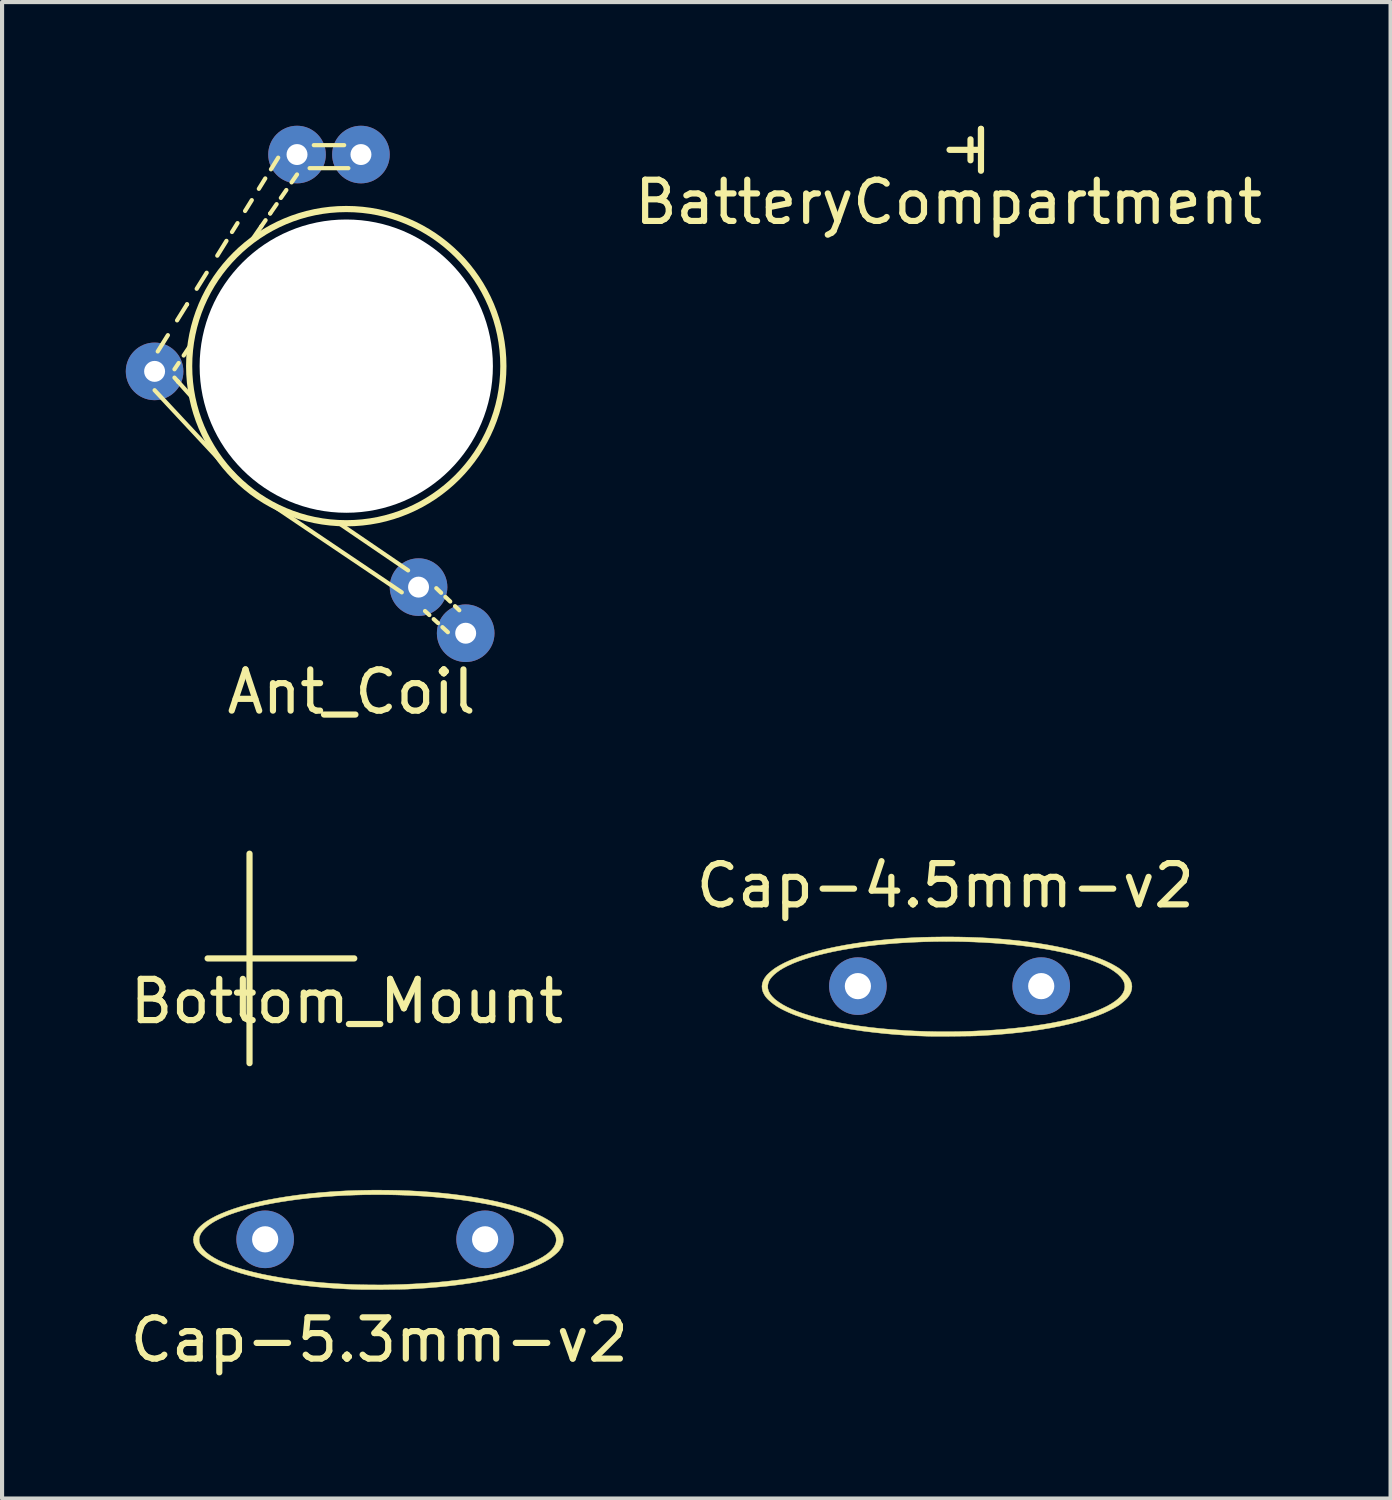
<source format=kicad_pcb>
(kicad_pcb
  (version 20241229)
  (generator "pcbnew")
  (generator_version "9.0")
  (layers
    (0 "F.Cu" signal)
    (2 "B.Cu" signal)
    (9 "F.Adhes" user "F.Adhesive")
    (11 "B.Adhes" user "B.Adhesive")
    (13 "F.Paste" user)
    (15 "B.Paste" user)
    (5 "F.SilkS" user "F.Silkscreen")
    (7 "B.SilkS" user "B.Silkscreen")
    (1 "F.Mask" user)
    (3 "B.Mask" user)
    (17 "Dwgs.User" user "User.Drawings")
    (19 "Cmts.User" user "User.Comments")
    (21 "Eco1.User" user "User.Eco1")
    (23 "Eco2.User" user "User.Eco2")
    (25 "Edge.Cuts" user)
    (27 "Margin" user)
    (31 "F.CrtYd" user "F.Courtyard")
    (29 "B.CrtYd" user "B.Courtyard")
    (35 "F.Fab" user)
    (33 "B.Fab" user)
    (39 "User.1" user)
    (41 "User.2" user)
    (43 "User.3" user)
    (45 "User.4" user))
  (footprint "Ant_Coil"
    (layer "F.Cu")
    (at 5.347 5.829)
    (property "Reference" "Ant_Coil" (at 0.127 7.899 0) (layer "F.SilkS") (effects (font (size 1 1) (thickness 0.15))))
    (attr through_hole)
    (fp_line (start -4.648 0.584) (end -2.565 2.819) (stroke (width 0.102) (type solid)) (layer "F.SilkS"))
    (fp_line (start -4.326 -0.751) (end -4.572 -0.356) (stroke (width 0.102) (type solid)) (layer "F.SilkS"))
    (fp_line (start -4.166 0.076) (end -4.064 -0.076) (stroke (width 0.102) (type solid)) (layer "F.SilkS"))
    (fp_line (start -4.166 0.279) (end -4.081 0.374) (stroke (width 0.102) (type solid)) (layer "F.SilkS"))
    (fp_line (start -4.081 0.374) (end -4.081 0.374) (stroke (width 0.102) (type solid)) (layer "F.SilkS"))
    (fp_line (start -4.081 0.374) (end -3.734 0.762) (stroke (width 0.102) (type solid)) (layer "F.SilkS"))
    (fp_line (start -3.943 -0.258) (end -3.81 -0.457) (stroke (width 0.102) (type solid)) (layer "F.SilkS"))
    (fp_line (start -3.861 -1.499) (end -4.103 -1.11) (stroke (width 0.102) (type solid)) (layer "F.SilkS"))
    (fp_line (start -3.861 -1.499) (end -3.861 -1.499) (stroke (width 0.102) (type solid)) (layer "F.SilkS"))
    (fp_line (start -3.385 -2.265) (end -3.627 -1.876) (stroke (width 0.102) (type solid)) (layer "F.SilkS"))
    (fp_line (start -3.023 -0.152) (end -2.896 -0.127) (stroke (width 0.15) (type solid)) (layer "F.SilkS"))
    (fp_line (start -2.946 -0.356) (end -2.87 -0.025) (stroke (width 0.15) (type solid)) (layer "F.SilkS"))
    (fp_line (start -2.905 -3.038) (end -3.128 -2.679) (stroke (width 0.102) (type solid)) (layer "F.SilkS"))
    (fp_line (start -2.87 -0.025) (end -2.845 -0.254) (stroke (width 0.15) (type solid)) (layer "F.SilkS"))
    (fp_line (start -2.845 -0.254) (end -3.023 -0.152) (stroke (width 0.15) (type solid)) (layer "F.SilkS"))
    (fp_line (start -2.637 -3.468) (end -2.771 -3.253) (stroke (width 0.102) (type solid)) (layer "F.SilkS"))
    (fp_line (start -2.291 -4.026) (end -2.454 -3.763) (stroke (width 0.102) (type solid)) (layer "F.SilkS"))
    (fp_line (start -2.083 3.175) (end 1.346 5.486) (stroke (width 0.102) (type solid)) (layer "F.SilkS"))
    (fp_line (start -2.061 -3.389) (end -2.261 -3.099) (stroke (width 0.102) (type solid)) (layer "F.SilkS"))
    (fp_line (start -1.964 -4.552) (end -2.12 -4.3) (stroke (width 0.102) (type solid)) (layer "F.SilkS"))
    (fp_line (start -1.957 -3.539) (end -2.061 -3.389) (stroke (width 0.102) (type solid)) (layer "F.SilkS"))
    (fp_line (start -1.845 -3.702) (end -1.845 -3.702) (stroke (width 0.102) (type solid)) (layer "F.SilkS"))
    (fp_line (start -1.689 -3.928) (end -1.845 -3.702) (stroke (width 0.102) (type solid)) (layer "F.SilkS"))
    (fp_line (start -1.651 -5.055) (end -1.826 -4.773) (stroke (width 0.102) (type solid)) (layer "F.SilkS"))
    (fp_line (start -1.453 -4.271) (end -1.586 -4.079) (stroke (width 0.102) (type solid)) (layer "F.SilkS"))
    (fp_line (start -1.194 -4.648) (end -1.326 -4.456) (stroke (width 0.102) (type solid)) (layer "F.SilkS"))
    (fp_line (start -0.889 -4.801) (end 0.051 -4.801) (stroke (width 0.102) (type solid)) (layer "F.SilkS"))
    (fp_line (start -0.787 -5.359) (end -0.051 -5.359) (stroke (width 0.102) (type solid)) (layer "F.SilkS"))
    (fp_line (start -0.737 -1.016) (end -0.584 -0.813) (stroke (width 0.15) (type solid)) (layer "F.SilkS"))
    (fp_line (start -0.66 -1.092) (end -0.711 -1.041) (stroke (width 0.15) (type solid)) (layer "F.SilkS"))
    (fp_line (start -0.584 -0.813) (end -0.66 -1.092) (stroke (width 0.15) (type solid)) (layer "F.SilkS"))
    (fp_line (start 0.635 -1.041) (end 0.66 -0.787) (stroke (width 0.15) (type solid)) (layer "F.SilkS"))
    (fp_line (start 0.66 -0.889) (end 0.635 -0.889) (stroke (width 0.15) (type solid)) (layer "F.SilkS"))
    (fp_line (start 0.66 -0.813) (end 0.66 -0.889) (stroke (width 0.15) (type solid)) (layer "F.SilkS"))
    (fp_line (start 0.66 -0.787) (end 0.66 -0.813) (stroke (width 0.15) (type solid)) (layer "F.SilkS"))
    (fp_line (start 0.991 -1.727) (end 1.346 -2.057) (stroke (width 0.15) (type solid)) (layer "F.SilkS"))
    (fp_line (start 1.295 -2.134) (end 1.448 -1.956) (stroke (width 0.15) (type solid)) (layer "F.SilkS"))
    (fp_line (start 1.448 -1.956) (end 0.991 -1.727) (stroke (width 0.15) (type solid)) (layer "F.SilkS"))
    (fp_line (start 1.499 4.953) (end -0.178 3.81) (stroke (width 0.102) (type solid)) (layer "F.SilkS"))
    (fp_line (start 1.854 -1.041) (end 1.854 -0.813) (stroke (width 0.15) (type solid)) (layer "F.SilkS"))
    (fp_line (start 1.854 -0.813) (end 1.727 -0.889) (stroke (width 0.15) (type solid)) (layer "F.SilkS"))
    (fp_line (start 1.91 5.939) (end 2.015 6.036) (stroke (width 0.102) (type solid)) (layer "F.SilkS"))
    (fp_line (start 2.121 6.135) (end 2.226 6.231) (stroke (width 0.102) (type solid)) (layer "F.SilkS"))
    (fp_line (start 2.184 5.385) (end 2.301 5.497) (stroke (width 0.102) (type solid)) (layer "F.SilkS"))
    (fp_line (start 2.332 6.33) (end 2.464 6.452) (stroke (width 0.102) (type solid)) (layer "F.SilkS"))
    (fp_line (start 2.404 5.596) (end 2.521 5.708) (stroke (width 0.102) (type solid)) (layer "F.SilkS"))
    (fp_line (start 2.638 5.821) (end 2.741 5.92) (stroke (width 0.102) (type solid)) (layer "F.SilkS"))
    (fp_circle (center 0 0) (end 3.81 0) (stroke (width 0.15) (type solid)) (fill no) (layer "F.SilkS"))
    (pad "" np_thru_hole circle (at 0 0) (size 7.112 7.112) (drill 7.112) (layers "*.Cu" "*.Mask"))
    (pad "1" thru_hole circle (at -1.194 -5.131) (size 1.397 1.397) (drill 0.508) (layers "B.Cu" "B.Mask"))
    (pad "1" thru_hole circle (at 0.356 -5.131) (size 1.397 1.397) (drill 0.508) (layers "B.Cu" "B.Mask"))
    (pad "2" thru_hole circle (at -4.648 0.127) (size 1.397 1.397) (drill 0.508) (layers "B.Cu" "B.Mask"))
    (pad "3" thru_hole circle (at 1.753 5.359) (size 1.397 1.397) (drill 0.508) (layers "B.Cu" "B.Mask"))
    (pad "3" thru_hole circle (at 2.896 6.477) (size 1.397 1.397) (drill 0.508) (layers "B.Cu" "B.Mask")))
  (footprint "BatteryCompartment"
    (layer "F.Cu")
    (at 20.739 0.583)
    (property "Reference" "BatteryCompartment" (at -0.787 1.27 0) (layer "F.SilkS") (effects (font (size 1 1) (thickness 0.15))))
    (attr through_hole)
    (fp_line (start -0.762 0) (end 0 0) (stroke (width 0.15) (type solid)) (layer "F.SilkS"))
    (fp_line (start -0.254 -0.254) (end -0.254 0.254) (stroke (width 0.15) (type solid)) (layer "F.SilkS"))
    (fp_line (start 0 -0.508) (end 0 0.508) (stroke (width 0.15) (type solid)) (layer "F.SilkS"))
    (fp_line (start 0 0) (end 0 -0.508) (stroke (width 0.15) (type solid)) (layer "F.SilkS")))
  (footprint "Bottom_Mount"
    (layer "F.Cu")
    (at 3.001 20.192)
    (property "Reference" "Bottom_Mount" (at 2.362 1.041 0) (layer "F.SilkS") (effects (font (size 1 1) (thickness 0.15))))
    (attr through_hole)
    (fp_line (start 0 0) (end -1.016 0) (stroke (width 0.15) (type solid)) (layer "F.SilkS"))
    (fp_line (start 0 0) (end 2.54 0) (stroke (width 0.15) (type solid)) (layer "F.SilkS"))
    (fp_line (start 0 2.54) (end 0 -2.54) (stroke (width 0.15) (type solid)) (layer "F.SilkS")))
  (footprint "Cap-4.5mm-v2"
    (layer "F.Cu")
    (at 19.977 20.864)
    (property "Reference" "Cap-4.5mm-v2" (at -0.102 -2.438 0) (layer "F.SilkS") (effects (font (size 1 1) (thickness 0.15))))
    (attr through_hole)
    (fp_poly (pts (xy 0.221 -1.191) (xy 0.437 -1.186) (xy 0.645 -1.179) (xy 0.73 -1.176) (xy 0.981 -1.162) (xy 1.228 -1.144) (xy 1.47 -1.122) (xy 1.706 -1.097) (xy 1.935 -1.068) (xy 2.158 -1.036) (xy 2.374 -1.001) (xy 2.582 -0.962) (xy 2.782 -0.92) (xy 2.972 -0.876) (xy 3.154 -0.828) (xy 3.325 -0.778) (xy 3.486 -0.725) (xy 3.637 -0.67) (xy 3.776 -0.612) (xy 3.903 -0.552) (xy 4.017 -0.49) (xy 4.092 -0.444) (xy 4.13 -0.417) (xy 4.171 -0.386) (xy 4.213 -0.352) (xy 4.252 -0.318) (xy 4.285 -0.287) (xy 4.31 -0.26) (xy 4.358 -0.195) (xy 4.393 -0.129) (xy 4.415 -0.062) (xy 4.423 0.006) (xy 4.417 0.074) (xy 4.399 0.141) (xy 4.367 0.208) (xy 4.321 0.273) (xy 4.31 0.286) (xy 4.284 0.314) (xy 4.251 0.345) (xy 4.212 0.379) (xy 4.17 0.413) (xy 4.129 0.445) (xy 4.092 0.471) (xy 3.988 0.533) (xy 3.871 0.594) (xy 3.742 0.654) (xy 3.601 0.711) (xy 3.448 0.765) (xy 3.284 0.818) (xy 3.109 0.867) (xy 2.925 0.914) (xy 2.73 0.958) (xy 2.685 0.968) (xy 2.446 1.015) (xy 2.199 1.056) (xy 1.943 1.094) (xy 1.679 1.126) (xy 1.404 1.154) (xy 1.119 1.178) (xy 0.823 1.197) (xy 0.669 1.205) (xy 0.632 1.207) (xy 0.584 1.208) (xy 0.525 1.21) (xy 0.457 1.211) (xy 0.382 1.212) (xy 0.301 1.213) (xy 0.216 1.214) (xy 0.129 1.215) (xy 0.04 1.216) (xy -0.047 1.217) (xy -0.133 1.217) (xy -0.215 1.217) (xy -0.292 1.217) (xy -0.362 1.217) (xy -0.424 1.217) (xy -0.475 1.216) (xy -0.515 1.216) (xy -0.52 1.215) (xy -0.8 1.205) (xy -1.075 1.19) (xy -1.344 1.171) (xy -1.606 1.147) (xy -1.862 1.119) (xy -2.11 1.088) (xy -2.35 1.052) (xy -2.581 1.013) (xy -2.802 0.97) (xy -3.014 0.923) (xy -3.215 0.872) (xy -3.406 0.819) (xy -3.584 0.761) (xy -3.75 0.701) (xy -3.781 0.689) (xy -3.898 0.64) (xy -4.003 0.591) (xy -4.098 0.543) (xy -4.183 0.493) (xy -4.26 0.44) (xy -4.33 0.386) (xy -4.339 0.378) (xy -4.387 0.336) (xy -4.426 0.296) (xy -4.458 0.258) (xy -4.485 0.218) (xy -4.494 0.203) (xy -4.526 0.136) (xy -4.544 0.069) (xy -4.549 0.002) (xy -4.549 0.002) (xy -4.41 0.002) (xy -4.405 0.063) (xy -4.387 0.123) (xy -4.355 0.183) (xy -4.31 0.243) (xy -4.251 0.303) (xy -4.221 0.329) (xy -4.139 0.39) (xy -4.045 0.45) (xy -3.937 0.508) (xy -3.816 0.564) (xy -3.682 0.618) (xy -3.536 0.669) (xy -3.378 0.719) (xy -3.207 0.767) (xy -3.1 0.794) (xy -2.884 0.844) (xy -2.657 0.89) (xy -2.42 0.931) (xy -2.173 0.968) (xy -1.917 1.002) (xy -1.654 1.03) (xy -1.384 1.054) (xy -1.109 1.074) (xy -0.83 1.089) (xy -0.548 1.099) (xy -0.263 1.105) (xy 0.023 1.105) (xy 0.249 1.102) (xy 0.527 1.094) (xy 0.799 1.081) (xy 1.065 1.065) (xy 1.325 1.045) (xy 1.578 1.021) (xy 1.823 0.994) (xy 2.06 0.962) (xy 2.288 0.927) (xy 2.507 0.889) (xy 2.716 0.847) (xy 2.915 0.802) (xy 3.102 0.753) (xy 3.279 0.701) (xy 3.443 0.647) (xy 3.59 0.591) (xy 3.714 0.537) (xy 3.825 0.483) (xy 3.924 0.427) (xy 4.01 0.37) (xy 4.083 0.312) (xy 4.143 0.254) (xy 4.19 0.195) (xy 4.22 0.142) (xy 4.242 0.08) (xy 4.251 0.019) (xy 4.246 -0.042) (xy 4.228 -0.102) (xy 4.196 -0.163) (xy 4.151 -0.222) (xy 4.092 -0.282) (xy 4.061 -0.308) (xy 3.979 -0.37) (xy 3.884 -0.43) (xy 3.777 -0.487) (xy 3.658 -0.542) (xy 3.528 -0.595) (xy 3.387 -0.646) (xy 3.236 -0.694) (xy 3.075 -0.74) (xy 2.905 -0.783) (xy 2.726 -0.823) (xy 2.54 -0.861) (xy 2.346 -0.896) (xy 2.144 -0.929) (xy 1.937 -0.958) (xy 1.723 -0.985) (xy 1.504 -1.008) (xy 1.28 -1.029) (xy 1.051 -1.046) (xy 0.818 -1.06) (xy 0.583 -1.071) (xy 0.344 -1.079) (xy 0.103 -1.083) (xy -0.14 -1.084) (xy -0.385 -1.081) (xy -0.63 -1.075) (xy -0.875 -1.065) (xy -1.12 -1.052) (xy -1.364 -1.035) (xy -1.607 -1.014) (xy -1.722 -1.003) (xy -1.954 -0.977) (xy -2.18 -0.947) (xy -2.398 -0.914) (xy -2.609 -0.878) (xy -2.811 -0.839) (xy -3.003 -0.796) (xy -3.186 -0.751) (xy -3.359 -0.704) (xy -3.521 -0.653) (xy -3.671 -0.601) (xy -3.81 -0.546) (xy -3.935 -0.488) (xy -3.937 -0.487) (xy -4.03 -0.438) (xy -4.115 -0.387) (xy -4.19 -0.333) (xy -4.256 -0.278) (xy -4.31 -0.223) (xy -4.353 -0.168) (xy -4.379 -0.121) (xy -4.401 -0.059) (xy -4.41 0.002) (xy -4.549 0.002) (xy -4.54 -0.065) (xy -4.518 -0.132) (xy -4.483 -0.197) (xy -4.436 -0.26) (xy -4.41 -0.287) (xy -4.376 -0.319) (xy -4.337 -0.353) (xy -4.296 -0.387) (xy -4.255 -0.418) (xy -4.217 -0.444) (xy -4.114 -0.507) (xy -3.998 -0.567) (xy -3.869 -0.626) (xy -3.729 -0.683) (xy -3.577 -0.738) (xy -3.414 -0.79) (xy -3.24 -0.839) (xy -3.057 -0.886) (xy -2.864 -0.93) (xy -2.758 -0.952) (xy -2.523 -0.997) (xy -2.278 -1.037) (xy -2.023 -1.073) (xy -1.76 -1.105) (xy -1.491 -1.132) (xy -1.218 -1.154) (xy -0.942 -1.171) (xy -0.855 -1.176) (xy -0.652 -1.184) (xy -0.439 -1.189) (xy -0.22 -1.192) (xy 0.001 -1.193) (xy 0.221 -1.191)) (stroke (width 0.01) (type solid)) (fill yes) (layer "F.SilkS"))
    (pad "1" thru_hole circle (at -2.223 0) (size 1.397 1.397) (drill 0.635) (layers "B.Cu" "B.Mask"))
    (pad "2" thru_hole circle (at 2.223 0) (size 1.397 1.397) (drill 0.635) (layers "B.Cu" "B.Mask")))
  (footprint "Cap-5.3mm-v2"
    (layer "F.Cu")
    (at 6.047 27.029)
    (property "Reference" "Cap-5.3mm-v2" (at 0.102 2.413 0) (layer "F.SilkS") (effects (font (size 1 1) (thickness 0.15))))
    (attr through_hole)
    (fp_poly (pts (xy 0.363 -1.215) (xy 0.579 -1.211) (xy 0.786 -1.204) (xy 0.871 -1.2) (xy 1.123 -1.186) (xy 1.37 -1.168) (xy 1.611 -1.146) (xy 1.847 -1.121) (xy 2.077 -1.092) (xy 2.3 -1.06) (xy 2.516 -1.025) (xy 2.724 -0.986) (xy 2.923 -0.945) (xy 3.114 -0.9) (xy 3.295 -0.853) (xy 3.467 -0.802) (xy 3.628 -0.75) (xy 3.778 -0.694) (xy 3.917 -0.637) (xy 4.044 -0.577) (xy 4.159 -0.514) (xy 4.233 -0.468) (xy 4.272 -0.442) (xy 4.313 -0.41) (xy 4.354 -0.376) (xy 4.393 -0.342) (xy 4.427 -0.311) (xy 4.452 -0.284) (xy 4.5 -0.219) (xy 4.535 -0.153) (xy 4.556 -0.086) (xy 4.564 -0.018) (xy 4.559 0.05) (xy 4.54 0.117) (xy 4.508 0.183) (xy 4.463 0.249) (xy 4.452 0.262) (xy 4.426 0.289) (xy 4.392 0.321) (xy 4.353 0.355) (xy 4.312 0.389) (xy 4.271 0.42) (xy 4.233 0.446) (xy 4.129 0.509) (xy 4.013 0.57) (xy 3.883 0.629) (xy 3.742 0.686) (xy 3.589 0.741) (xy 3.425 0.793) (xy 3.251 0.843) (xy 3.066 0.89) (xy 2.872 0.934) (xy 2.826 0.944) (xy 2.587 0.99) (xy 2.34 1.032) (xy 2.085 1.069) (xy 1.82 1.102) (xy 1.546 1.13) (xy 1.261 1.154) (xy 0.964 1.173) (xy 0.81 1.181) (xy 0.774 1.183) (xy 0.725 1.184) (xy 0.666 1.185) (xy 0.599 1.187) (xy 0.523 1.188) (xy 0.443 1.189) (xy 0.358 1.19) (xy 0.27 1.191) (xy 0.182 1.192) (xy 0.094 1.192) (xy 0.008 1.193) (xy -0.074 1.193) (xy -0.15 1.193) (xy -0.22 1.193) (xy -0.282 1.193) (xy -0.334 1.192) (xy -0.374 1.191) (xy -0.378 1.191) (xy -0.658 1.181) (xy -0.933 1.166) (xy -1.202 1.146) (xy -1.465 1.123) (xy -1.72 1.095) (xy -1.968 1.064) (xy -2.208 1.028) (xy -2.439 0.989) (xy -2.661 0.945) (xy -2.873 0.899) (xy -3.074 0.848) (xy -3.264 0.794) (xy -3.442 0.737) (xy -3.609 0.677) (xy -3.64 0.665) (xy -3.757 0.616) (xy -3.862 0.567) (xy -3.956 0.518) (xy -4.041 0.468) (xy -4.118 0.416) (xy -4.189 0.361) (xy -4.198 0.354) (xy -4.246 0.311) (xy -4.284 0.272) (xy -4.316 0.234) (xy -4.344 0.194) (xy -4.353 0.178) (xy -4.384 0.112) (xy -4.402 0.045) (xy -4.407 -0.022) (xy -4.407 -0.022) (xy -4.268 -0.022) (xy -4.264 0.039) (xy -4.245 0.099) (xy -4.214 0.159) (xy -4.168 0.219) (xy -4.11 0.279) (xy -4.079 0.305) (xy -3.998 0.366) (xy -3.903 0.426) (xy -3.795 0.484) (xy -3.674 0.539) (xy -3.541 0.593) (xy -3.395 0.645) (xy -3.236 0.695) (xy -3.065 0.743) (xy -2.958 0.77) (xy -2.743 0.82) (xy -2.516 0.865) (xy -2.278 0.907) (xy -2.031 0.944) (xy -1.775 0.977) (xy -1.512 1.006) (xy -1.243 1.03) (xy -0.968 1.05) (xy -0.689 1.065) (xy -0.406 1.075) (xy -0.121 1.08) (xy 0.165 1.081) (xy 0.39 1.078) (xy 0.668 1.069) (xy 0.941 1.057) (xy 1.207 1.041) (xy 1.467 1.021) (xy 1.719 0.997) (xy 1.964 0.969) (xy 2.201 0.938) (xy 2.43 0.903) (xy 2.648 0.865) (xy 2.857 0.823) (xy 3.056 0.777) (xy 3.244 0.729) (xy 3.42 0.677) (xy 3.585 0.622) (xy 3.732 0.567) (xy 3.855 0.513) (xy 3.967 0.458) (xy 4.066 0.403) (xy 4.152 0.346) (xy 4.225 0.288) (xy 4.284 0.23) (xy 4.331 0.171) (xy 4.361 0.118) (xy 4.384 0.056) (xy 4.392 -0.005) (xy 4.387 -0.066) (xy 4.369 -0.127) (xy 4.338 -0.187) (xy 4.292 -0.247) (xy 4.233 -0.306) (xy 4.203 -0.333) (xy 4.121 -0.394) (xy 4.026 -0.454) (xy 3.919 -0.511) (xy 3.8 -0.567) (xy 3.669 -0.62) (xy 3.528 -0.67) (xy 3.377 -0.718) (xy 3.216 -0.764) (xy 3.047 -0.807) (xy 2.868 -0.848) (xy 2.681 -0.885) (xy 2.487 -0.92) (xy 2.286 -0.953) (xy 2.078 -0.982) (xy 1.865 -1.009) (xy 1.645 -1.032) (xy 1.421 -1.053) (xy 1.193 -1.07) (xy 0.96 -1.084) (xy 0.724 -1.095) (xy 0.485 -1.103) (xy 0.244 -1.107) (xy 0.001 -1.108) (xy -0.243 -1.106) (xy -0.488 -1.099) (xy -0.733 -1.09) (xy -0.978 -1.076) (xy -1.222 -1.059) (xy -1.465 -1.038) (xy -1.58 -1.027) (xy -1.813 -1.001) (xy -2.038 -0.971) (xy -2.257 -0.938) (xy -2.467 -0.902) (xy -2.669 -0.863) (xy -2.862 -0.821) (xy -3.045 -0.776) (xy -3.218 -0.728) (xy -3.38 -0.677) (xy -3.53 -0.625) (xy -3.668 -0.57) (xy -3.794 -0.513) (xy -3.795 -0.512) (xy -3.889 -0.463) (xy -3.973 -0.411) (xy -4.049 -0.357) (xy -4.114 -0.302) (xy -4.168 -0.247) (xy -4.211 -0.192) (xy -4.238 -0.145) (xy -4.26 -0.083) (xy -4.268 -0.022) (xy -4.407 -0.022) (xy -4.398 -0.089) (xy -4.376 -0.156) (xy -4.341 -0.221) (xy -4.294 -0.284) (xy -4.268 -0.311) (xy -4.235 -0.343) (xy -4.196 -0.377) (xy -4.154 -0.411) (xy -4.113 -0.442) (xy -4.076 -0.468) (xy -3.972 -0.531) (xy -3.856 -0.592) (xy -3.728 -0.65) (xy -3.587 -0.707) (xy -3.435 -0.762) (xy -3.272 -0.814) (xy -3.099 -0.864) (xy -2.915 -0.911) (xy -2.722 -0.955) (xy -2.616 -0.977) (xy -2.382 -1.021) (xy -2.136 -1.061) (xy -1.881 -1.097) (xy -1.618 -1.129) (xy -1.35 -1.156) (xy -1.077 -1.178) (xy -0.801 -1.195) (xy -0.713 -1.2) (xy -0.51 -1.208) (xy -0.298 -1.213) (xy -0.079 -1.217) (xy 0.142 -1.217) (xy 0.363 -1.215)) (stroke (width 0.01) (type solid)) (fill yes) (layer "F.SilkS"))
    (pad "1" thru_hole circle (at -2.667 -0.025) (size 1.397 1.397) (drill 0.635) (layers "B.Cu" "B.Mask"))
    (pad "2" thru_hole circle (at 2.667 -0.025) (size 1.397 1.397) (drill 0.635) (layers "B.Cu" "B.Mask")))
  (gr_rect
    (start -3 -3)
    (end 30.672 33.29)
    (stroke (width 0.1) (type default))
    (fill no)
    (layer "Edge.Cuts")))
</source>
